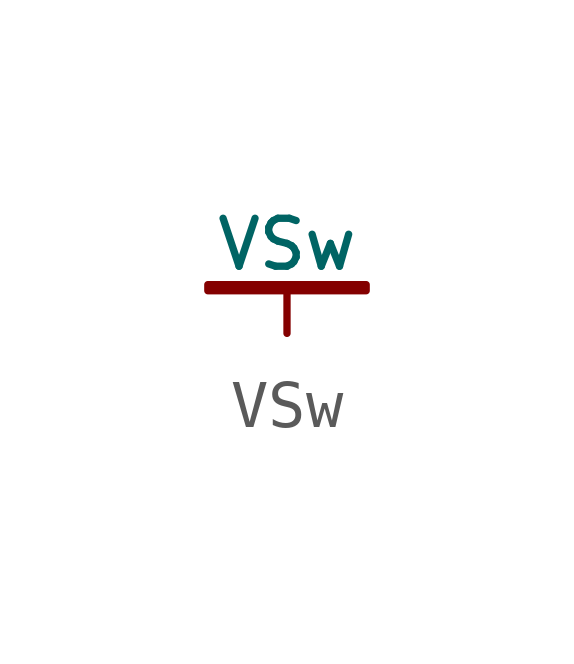
<source format=kicad_sym>
(kicad_symbol_lib
  (version 20220914)
  (generator kicad_symbol_editor)
  (symbol "VSw"
    (power)
    (pin_names
      (offset 0))
    (property "Reference" "#PWR"
      (at 0 -3.81 0)
      (effects (font (size 1.0 1.0)) hide))
    (property "Value" "VSw"
      (at 0 1.27 0)
      (do_not_autoplace)
      (effects (font (size 1.0 1.0)) (justify bottom)))
    (symbol "VSw_0_1"
      (rectangle (start -1.651 1.016) (end 1.651 0.889) (stroke (width 0) (type default)) (fill (type none)))
      (polyline (pts (xy 0 0) (xy 0 0.889)) (stroke (width 0) (type default)) (fill (type none))))
    (symbol "VSw_1_1"
      (pin power_in line (at 0 0 90) (length 0) hide (name "VSw" (effects (font (size 1.0 1.0)))) (number "1" (effects (font (size 1.0 1.0))))))))
</source>
